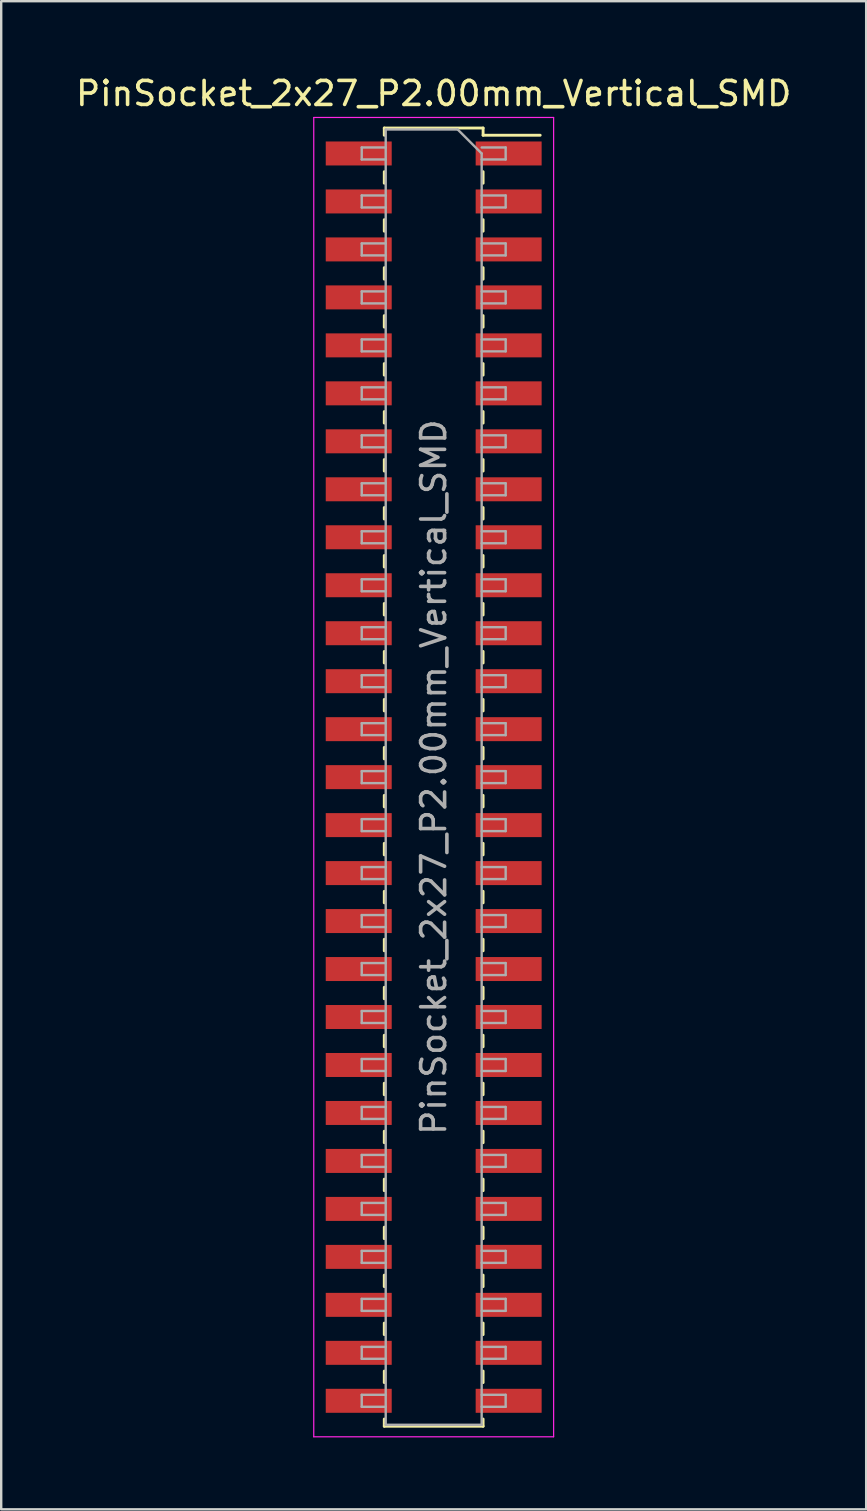
<source format=kicad_pcb>
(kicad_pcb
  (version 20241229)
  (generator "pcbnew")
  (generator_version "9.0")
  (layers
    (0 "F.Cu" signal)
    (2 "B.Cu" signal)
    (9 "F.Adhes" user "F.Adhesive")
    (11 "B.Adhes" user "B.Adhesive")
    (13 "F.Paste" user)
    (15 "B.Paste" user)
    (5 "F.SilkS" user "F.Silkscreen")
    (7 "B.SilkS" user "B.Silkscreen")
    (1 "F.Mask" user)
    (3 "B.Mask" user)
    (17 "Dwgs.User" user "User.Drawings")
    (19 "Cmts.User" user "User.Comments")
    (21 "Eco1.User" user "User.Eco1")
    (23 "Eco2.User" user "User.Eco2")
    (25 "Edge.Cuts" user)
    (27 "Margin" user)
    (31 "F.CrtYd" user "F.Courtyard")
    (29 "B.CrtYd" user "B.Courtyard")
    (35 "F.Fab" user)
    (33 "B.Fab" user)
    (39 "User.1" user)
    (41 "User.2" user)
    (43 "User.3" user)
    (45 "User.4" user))
  (footprint "PinSocket_2x27_P2.00mm_Vertical_SMD"
    (layer "F.Cu")
    (at 15.03 29.348)
    (property "Reference" "PinSocket_2x27_P2.00mm_Vertical_SMD" (at 0 -28.5 0) (layer "F.SilkS") (effects (font (size 1 1) (thickness 0.15))))
    (attr smd)
    (fp_line (start -2.06 -27.06) (end -2.06 -26.76) (stroke (width 0.12) (type solid)) (layer "F.SilkS"))
    (fp_line (start -2.06 -27.06) (end 2.06 -27.06) (stroke (width 0.12) (type solid)) (layer "F.SilkS"))
    (fp_line (start -2.06 -25.24) (end -2.06 -24.76) (stroke (width 0.12) (type solid)) (layer "F.SilkS"))
    (fp_line (start -2.06 -23.24) (end -2.06 -22.76) (stroke (width 0.12) (type solid)) (layer "F.SilkS"))
    (fp_line (start -2.06 -21.24) (end -2.06 -20.76) (stroke (width 0.12) (type solid)) (layer "F.SilkS"))
    (fp_line (start -2.06 -19.24) (end -2.06 -18.76) (stroke (width 0.12) (type solid)) (layer "F.SilkS"))
    (fp_line (start -2.06 -17.24) (end -2.06 -16.76) (stroke (width 0.12) (type solid)) (layer "F.SilkS"))
    (fp_line (start -2.06 -15.24) (end -2.06 -14.76) (stroke (width 0.12) (type solid)) (layer "F.SilkS"))
    (fp_line (start -2.06 -13.24) (end -2.06 -12.76) (stroke (width 0.12) (type solid)) (layer "F.SilkS"))
    (fp_line (start -2.06 -11.24) (end -2.06 -10.76) (stroke (width 0.12) (type solid)) (layer "F.SilkS"))
    (fp_line (start -2.06 -9.24) (end -2.06 -8.76) (stroke (width 0.12) (type solid)) (layer "F.SilkS"))
    (fp_line (start -2.06 -7.24) (end -2.06 -6.76) (stroke (width 0.12) (type solid)) (layer "F.SilkS"))
    (fp_line (start -2.06 -5.24) (end -2.06 -4.76) (stroke (width 0.12) (type solid)) (layer "F.SilkS"))
    (fp_line (start -2.06 -3.24) (end -2.06 -2.76) (stroke (width 0.12) (type solid)) (layer "F.SilkS"))
    (fp_line (start -2.06 -1.24) (end -2.06 -0.76) (stroke (width 0.12) (type solid)) (layer "F.SilkS"))
    (fp_line (start -2.06 0.76) (end -2.06 1.24) (stroke (width 0.12) (type solid)) (layer "F.SilkS"))
    (fp_line (start -2.06 2.76) (end -2.06 3.24) (stroke (width 0.12) (type solid)) (layer "F.SilkS"))
    (fp_line (start -2.06 4.76) (end -2.06 5.24) (stroke (width 0.12) (type solid)) (layer "F.SilkS"))
    (fp_line (start -2.06 6.76) (end -2.06 7.24) (stroke (width 0.12) (type solid)) (layer "F.SilkS"))
    (fp_line (start -2.06 8.76) (end -2.06 9.24) (stroke (width 0.12) (type solid)) (layer "F.SilkS"))
    (fp_line (start -2.06 10.76) (end -2.06 11.24) (stroke (width 0.12) (type solid)) (layer "F.SilkS"))
    (fp_line (start -2.06 12.76) (end -2.06 13.24) (stroke (width 0.12) (type solid)) (layer "F.SilkS"))
    (fp_line (start -2.06 14.76) (end -2.06 15.24) (stroke (width 0.12) (type solid)) (layer "F.SilkS"))
    (fp_line (start -2.06 16.76) (end -2.06 17.24) (stroke (width 0.12) (type solid)) (layer "F.SilkS"))
    (fp_line (start -2.06 18.76) (end -2.06 19.24) (stroke (width 0.12) (type solid)) (layer "F.SilkS"))
    (fp_line (start -2.06 20.76) (end -2.06 21.24) (stroke (width 0.12) (type solid)) (layer "F.SilkS"))
    (fp_line (start -2.06 22.76) (end -2.06 23.24) (stroke (width 0.12) (type solid)) (layer "F.SilkS"))
    (fp_line (start -2.06 24.76) (end -2.06 25.24) (stroke (width 0.12) (type solid)) (layer "F.SilkS"))
    (fp_line (start -2.06 26.76) (end -2.06 27.06) (stroke (width 0.12) (type solid)) (layer "F.SilkS"))
    (fp_line (start -2.06 27.06) (end 2.06 27.06) (stroke (width 0.12) (type solid)) (layer "F.SilkS"))
    (fp_line (start 2.06 -27.06) (end 2.06 -26.76) (stroke (width 0.12) (type solid)) (layer "F.SilkS"))
    (fp_line (start 2.06 -26.76) (end 4.44 -26.76) (stroke (width 0.12) (type solid)) (layer "F.SilkS"))
    (fp_line (start 2.06 -25.24) (end 2.06 -24.76) (stroke (width 0.12) (type solid)) (layer "F.SilkS"))
    (fp_line (start 2.06 -23.24) (end 2.06 -22.76) (stroke (width 0.12) (type solid)) (layer "F.SilkS"))
    (fp_line (start 2.06 -21.24) (end 2.06 -20.76) (stroke (width 0.12) (type solid)) (layer "F.SilkS"))
    (fp_line (start 2.06 -19.24) (end 2.06 -18.76) (stroke (width 0.12) (type solid)) (layer "F.SilkS"))
    (fp_line (start 2.06 -17.24) (end 2.06 -16.76) (stroke (width 0.12) (type solid)) (layer "F.SilkS"))
    (fp_line (start 2.06 -15.24) (end 2.06 -14.76) (stroke (width 0.12) (type solid)) (layer "F.SilkS"))
    (fp_line (start 2.06 -13.24) (end 2.06 -12.76) (stroke (width 0.12) (type solid)) (layer "F.SilkS"))
    (fp_line (start 2.06 -11.24) (end 2.06 -10.76) (stroke (width 0.12) (type solid)) (layer "F.SilkS"))
    (fp_line (start 2.06 -9.24) (end 2.06 -8.76) (stroke (width 0.12) (type solid)) (layer "F.SilkS"))
    (fp_line (start 2.06 -7.24) (end 2.06 -6.76) (stroke (width 0.12) (type solid)) (layer "F.SilkS"))
    (fp_line (start 2.06 -5.24) (end 2.06 -4.76) (stroke (width 0.12) (type solid)) (layer "F.SilkS"))
    (fp_line (start 2.06 -3.24) (end 2.06 -2.76) (stroke (width 0.12) (type solid)) (layer "F.SilkS"))
    (fp_line (start 2.06 -1.24) (end 2.06 -0.76) (stroke (width 0.12) (type solid)) (layer "F.SilkS"))
    (fp_line (start 2.06 0.76) (end 2.06 1.24) (stroke (width 0.12) (type solid)) (layer "F.SilkS"))
    (fp_line (start 2.06 2.76) (end 2.06 3.24) (stroke (width 0.12) (type solid)) (layer "F.SilkS"))
    (fp_line (start 2.06 4.76) (end 2.06 5.24) (stroke (width 0.12) (type solid)) (layer "F.SilkS"))
    (fp_line (start 2.06 6.76) (end 2.06 7.24) (stroke (width 0.12) (type solid)) (layer "F.SilkS"))
    (fp_line (start 2.06 8.76) (end 2.06 9.24) (stroke (width 0.12) (type solid)) (layer "F.SilkS"))
    (fp_line (start 2.06 10.76) (end 2.06 11.24) (stroke (width 0.12) (type solid)) (layer "F.SilkS"))
    (fp_line (start 2.06 12.76) (end 2.06 13.24) (stroke (width 0.12) (type solid)) (layer "F.SilkS"))
    (fp_line (start 2.06 14.76) (end 2.06 15.24) (stroke (width 0.12) (type solid)) (layer "F.SilkS"))
    (fp_line (start 2.06 16.76) (end 2.06 17.24) (stroke (width 0.12) (type solid)) (layer "F.SilkS"))
    (fp_line (start 2.06 18.76) (end 2.06 19.24) (stroke (width 0.12) (type solid)) (layer "F.SilkS"))
    (fp_line (start 2.06 20.76) (end 2.06 21.24) (stroke (width 0.12) (type solid)) (layer "F.SilkS"))
    (fp_line (start 2.06 22.76) (end 2.06 23.24) (stroke (width 0.12) (type solid)) (layer "F.SilkS"))
    (fp_line (start 2.06 24.76) (end 2.06 25.24) (stroke (width 0.12) (type solid)) (layer "F.SilkS"))
    (fp_line (start 2.06 26.76) (end 2.06 27.06) (stroke (width 0.12) (type solid)) (layer "F.SilkS"))
    (fp_line (start -5 -27.5) (end 5 -27.5) (stroke (width 0.05) (type solid)) (layer "F.CrtYd"))
    (fp_line (start -5 27.5) (end -5 -27.5) (stroke (width 0.05) (type solid)) (layer "F.CrtYd"))
    (fp_line (start 5 -27.5) (end 5 27.5) (stroke (width 0.05) (type solid)) (layer "F.CrtYd"))
    (fp_line (start 5 27.5) (end -5 27.5) (stroke (width 0.05) (type solid)) (layer "F.CrtYd"))
    (fp_line (start -3 -26.25) (end -2 -26.25) (stroke (width 0.1) (type solid)) (layer "F.Fab"))
    (fp_line (start -3 -25.75) (end -3 -26.25) (stroke (width 0.1) (type solid)) (layer "F.Fab"))
    (fp_line (start -3 -24.25) (end -2 -24.25) (stroke (width 0.1) (type solid)) (layer "F.Fab"))
    (fp_line (start -3 -23.75) (end -3 -24.25) (stroke (width 0.1) (type solid)) (layer "F.Fab"))
    (fp_line (start -3 -22.25) (end -2 -22.25) (stroke (width 0.1) (type solid)) (layer "F.Fab"))
    (fp_line (start -3 -21.75) (end -3 -22.25) (stroke (width 0.1) (type solid)) (layer "F.Fab"))
    (fp_line (start -3 -20.25) (end -2 -20.25) (stroke (width 0.1) (type solid)) (layer "F.Fab"))
    (fp_line (start -3 -19.75) (end -3 -20.25) (stroke (width 0.1) (type solid)) (layer "F.Fab"))
    (fp_line (start -3 -18.25) (end -2 -18.25) (stroke (width 0.1) (type solid)) (layer "F.Fab"))
    (fp_line (start -3 -17.75) (end -3 -18.25) (stroke (width 0.1) (type solid)) (layer "F.Fab"))
    (fp_line (start -3 -16.25) (end -2 -16.25) (stroke (width 0.1) (type solid)) (layer "F.Fab"))
    (fp_line (start -3 -15.75) (end -3 -16.25) (stroke (width 0.1) (type solid)) (layer "F.Fab"))
    (fp_line (start -3 -14.25) (end -2 -14.25) (stroke (width 0.1) (type solid)) (layer "F.Fab"))
    (fp_line (start -3 -13.75) (end -3 -14.25) (stroke (width 0.1) (type solid)) (layer "F.Fab"))
    (fp_line (start -3 -12.25) (end -2 -12.25) (stroke (width 0.1) (type solid)) (layer "F.Fab"))
    (fp_line (start -3 -11.75) (end -3 -12.25) (stroke (width 0.1) (type solid)) (layer "F.Fab"))
    (fp_line (start -3 -10.25) (end -2 -10.25) (stroke (width 0.1) (type solid)) (layer "F.Fab"))
    (fp_line (start -3 -9.75) (end -3 -10.25) (stroke (width 0.1) (type solid)) (layer "F.Fab"))
    (fp_line (start -3 -8.25) (end -2 -8.25) (stroke (width 0.1) (type solid)) (layer "F.Fab"))
    (fp_line (start -3 -7.75) (end -3 -8.25) (stroke (width 0.1) (type solid)) (layer "F.Fab"))
    (fp_line (start -3 -6.25) (end -2 -6.25) (stroke (width 0.1) (type solid)) (layer "F.Fab"))
    (fp_line (start -3 -5.75) (end -3 -6.25) (stroke (width 0.1) (type solid)) (layer "F.Fab"))
    (fp_line (start -3 -4.25) (end -2 -4.25) (stroke (width 0.1) (type solid)) (layer "F.Fab"))
    (fp_line (start -3 -3.75) (end -3 -4.25) (stroke (width 0.1) (type solid)) (layer "F.Fab"))
    (fp_line (start -3 -2.25) (end -2 -2.25) (stroke (width 0.1) (type solid)) (layer "F.Fab"))
    (fp_line (start -3 -1.75) (end -3 -2.25) (stroke (width 0.1) (type solid)) (layer "F.Fab"))
    (fp_line (start -3 -0.25) (end -2 -0.25) (stroke (width 0.1) (type solid)) (layer "F.Fab"))
    (fp_line (start -3 0.25) (end -3 -0.25) (stroke (width 0.1) (type solid)) (layer "F.Fab"))
    (fp_line (start -3 1.75) (end -2 1.75) (stroke (width 0.1) (type solid)) (layer "F.Fab"))
    (fp_line (start -3 2.25) (end -3 1.75) (stroke (width 0.1) (type solid)) (layer "F.Fab"))
    (fp_line (start -3 3.75) (end -2 3.75) (stroke (width 0.1) (type solid)) (layer "F.Fab"))
    (fp_line (start -3 4.25) (end -3 3.75) (stroke (width 0.1) (type solid)) (layer "F.Fab"))
    (fp_line (start -3 5.75) (end -2 5.75) (stroke (width 0.1) (type solid)) (layer "F.Fab"))
    (fp_line (start -3 6.25) (end -3 5.75) (stroke (width 0.1) (type solid)) (layer "F.Fab"))
    (fp_line (start -3 7.75) (end -2 7.75) (stroke (width 0.1) (type solid)) (layer "F.Fab"))
    (fp_line (start -3 8.25) (end -3 7.75) (stroke (width 0.1) (type solid)) (layer "F.Fab"))
    (fp_line (start -3 9.75) (end -2 9.75) (stroke (width 0.1) (type solid)) (layer "F.Fab"))
    (fp_line (start -3 10.25) (end -3 9.75) (stroke (width 0.1) (type solid)) (layer "F.Fab"))
    (fp_line (start -3 11.75) (end -2 11.75) (stroke (width 0.1) (type solid)) (layer "F.Fab"))
    (fp_line (start -3 12.25) (end -3 11.75) (stroke (width 0.1) (type solid)) (layer "F.Fab"))
    (fp_line (start -3 13.75) (end -2 13.75) (stroke (width 0.1) (type solid)) (layer "F.Fab"))
    (fp_line (start -3 14.25) (end -3 13.75) (stroke (width 0.1) (type solid)) (layer "F.Fab"))
    (fp_line (start -3 15.75) (end -2 15.75) (stroke (width 0.1) (type solid)) (layer "F.Fab"))
    (fp_line (start -3 16.25) (end -3 15.75) (stroke (width 0.1) (type solid)) (layer "F.Fab"))
    (fp_line (start -3 17.75) (end -2 17.75) (stroke (width 0.1) (type solid)) (layer "F.Fab"))
    (fp_line (start -3 18.25) (end -3 17.75) (stroke (width 0.1) (type solid)) (layer "F.Fab"))
    (fp_line (start -3 19.75) (end -2 19.75) (stroke (width 0.1) (type solid)) (layer "F.Fab"))
    (fp_line (start -3 20.25) (end -3 19.75) (stroke (width 0.1) (type solid)) (layer "F.Fab"))
    (fp_line (start -3 21.75) (end -2 21.75) (stroke (width 0.1) (type solid)) (layer "F.Fab"))
    (fp_line (start -3 22.25) (end -3 21.75) (stroke (width 0.1) (type solid)) (layer "F.Fab"))
    (fp_line (start -3 23.75) (end -2 23.75) (stroke (width 0.1) (type solid)) (layer "F.Fab"))
    (fp_line (start -3 24.25) (end -3 23.75) (stroke (width 0.1) (type solid)) (layer "F.Fab"))
    (fp_line (start -3 25.75) (end -2 25.75) (stroke (width 0.1) (type solid)) (layer "F.Fab"))
    (fp_line (start -3 26.25) (end -3 25.75) (stroke (width 0.1) (type solid)) (layer "F.Fab"))
    (fp_line (start -2 -27) (end 1 -27) (stroke (width 0.1) (type solid)) (layer "F.Fab"))
    (fp_line (start -2 -25.75) (end -3 -25.75) (stroke (width 0.1) (type solid)) (layer "F.Fab"))
    (fp_line (start -2 -23.75) (end -3 -23.75) (stroke (width 0.1) (type solid)) (layer "F.Fab"))
    (fp_line (start -2 -21.75) (end -3 -21.75) (stroke (width 0.1) (type solid)) (layer "F.Fab"))
    (fp_line (start -2 -19.75) (end -3 -19.75) (stroke (width 0.1) (type solid)) (layer "F.Fab"))
    (fp_line (start -2 -17.75) (end -3 -17.75) (stroke (width 0.1) (type solid)) (layer "F.Fab"))
    (fp_line (start -2 -15.75) (end -3 -15.75) (stroke (width 0.1) (type solid)) (layer "F.Fab"))
    (fp_line (start -2 -13.75) (end -3 -13.75) (stroke (width 0.1) (type solid)) (layer "F.Fab"))
    (fp_line (start -2 -11.75) (end -3 -11.75) (stroke (width 0.1) (type solid)) (layer "F.Fab"))
    (fp_line (start -2 -9.75) (end -3 -9.75) (stroke (width 0.1) (type solid)) (layer "F.Fab"))
    (fp_line (start -2 -7.75) (end -3 -7.75) (stroke (width 0.1) (type solid)) (layer "F.Fab"))
    (fp_line (start -2 -5.75) (end -3 -5.75) (stroke (width 0.1) (type solid)) (layer "F.Fab"))
    (fp_line (start -2 -3.75) (end -3 -3.75) (stroke (width 0.1) (type solid)) (layer "F.Fab"))
    (fp_line (start -2 -1.75) (end -3 -1.75) (stroke (width 0.1) (type solid)) (layer "F.Fab"))
    (fp_line (start -2 0.25) (end -3 0.25) (stroke (width 0.1) (type solid)) (layer "F.Fab"))
    (fp_line (start -2 2.25) (end -3 2.25) (stroke (width 0.1) (type solid)) (layer "F.Fab"))
    (fp_line (start -2 4.25) (end -3 4.25) (stroke (width 0.1) (type solid)) (layer "F.Fab"))
    (fp_line (start -2 6.25) (end -3 6.25) (stroke (width 0.1) (type solid)) (layer "F.Fab"))
    (fp_line (start -2 8.25) (end -3 8.25) (stroke (width 0.1) (type solid)) (layer "F.Fab"))
    (fp_line (start -2 10.25) (end -3 10.25) (stroke (width 0.1) (type solid)) (layer "F.Fab"))
    (fp_line (start -2 12.25) (end -3 12.25) (stroke (width 0.1) (type solid)) (layer "F.Fab"))
    (fp_line (start -2 14.25) (end -3 14.25) (stroke (width 0.1) (type solid)) (layer "F.Fab"))
    (fp_line (start -2 16.25) (end -3 16.25) (stroke (width 0.1) (type solid)) (layer "F.Fab"))
    (fp_line (start -2 18.25) (end -3 18.25) (stroke (width 0.1) (type solid)) (layer "F.Fab"))
    (fp_line (start -2 20.25) (end -3 20.25) (stroke (width 0.1) (type solid)) (layer "F.Fab"))
    (fp_line (start -2 22.25) (end -3 22.25) (stroke (width 0.1) (type solid)) (layer "F.Fab"))
    (fp_line (start -2 24.25) (end -3 24.25) (stroke (width 0.1) (type solid)) (layer "F.Fab"))
    (fp_line (start -2 26.25) (end -3 26.25) (stroke (width 0.1) (type solid)) (layer "F.Fab"))
    (fp_line (start -2 27) (end -2 -27) (stroke (width 0.1) (type solid)) (layer "F.Fab"))
    (fp_line (start 1 -27) (end 2 -26) (stroke (width 0.1) (type solid)) (layer "F.Fab"))
    (fp_line (start 2 -26.25) (end 3 -26.25) (stroke (width 0.1) (type solid)) (layer "F.Fab"))
    (fp_line (start 2 -26) (end 2 27) (stroke (width 0.1) (type solid)) (layer "F.Fab"))
    (fp_line (start 2 -24.25) (end 3 -24.25) (stroke (width 0.1) (type solid)) (layer "F.Fab"))
    (fp_line (start 2 -22.25) (end 3 -22.25) (stroke (width 0.1) (type solid)) (layer "F.Fab"))
    (fp_line (start 2 -20.25) (end 3 -20.25) (stroke (width 0.1) (type solid)) (layer "F.Fab"))
    (fp_line (start 2 -18.25) (end 3 -18.25) (stroke (width 0.1) (type solid)) (layer "F.Fab"))
    (fp_line (start 2 -16.25) (end 3 -16.25) (stroke (width 0.1) (type solid)) (layer "F.Fab"))
    (fp_line (start 2 -14.25) (end 3 -14.25) (stroke (width 0.1) (type solid)) (layer "F.Fab"))
    (fp_line (start 2 -12.25) (end 3 -12.25) (stroke (width 0.1) (type solid)) (layer "F.Fab"))
    (fp_line (start 2 -10.25) (end 3 -10.25) (stroke (width 0.1) (type solid)) (layer "F.Fab"))
    (fp_line (start 2 -8.25) (end 3 -8.25) (stroke (width 0.1) (type solid)) (layer "F.Fab"))
    (fp_line (start 2 -6.25) (end 3 -6.25) (stroke (width 0.1) (type solid)) (layer "F.Fab"))
    (fp_line (start 2 -4.25) (end 3 -4.25) (stroke (width 0.1) (type solid)) (layer "F.Fab"))
    (fp_line (start 2 -2.25) (end 3 -2.25) (stroke (width 0.1) (type solid)) (layer "F.Fab"))
    (fp_line (start 2 -0.25) (end 3 -0.25) (stroke (width 0.1) (type solid)) (layer "F.Fab"))
    (fp_line (start 2 1.75) (end 3 1.75) (stroke (width 0.1) (type solid)) (layer "F.Fab"))
    (fp_line (start 2 3.75) (end 3 3.75) (stroke (width 0.1) (type solid)) (layer "F.Fab"))
    (fp_line (start 2 5.75) (end 3 5.75) (stroke (width 0.1) (type solid)) (layer "F.Fab"))
    (fp_line (start 2 7.75) (end 3 7.75) (stroke (width 0.1) (type solid)) (layer "F.Fab"))
    (fp_line (start 2 9.75) (end 3 9.75) (stroke (width 0.1) (type solid)) (layer "F.Fab"))
    (fp_line (start 2 11.75) (end 3 11.75) (stroke (width 0.1) (type solid)) (layer "F.Fab"))
    (fp_line (start 2 13.75) (end 3 13.75) (stroke (width 0.1) (type solid)) (layer "F.Fab"))
    (fp_line (start 2 15.75) (end 3 15.75) (stroke (width 0.1) (type solid)) (layer "F.Fab"))
    (fp_line (start 2 17.75) (end 3 17.75) (stroke (width 0.1) (type solid)) (layer "F.Fab"))
    (fp_line (start 2 19.75) (end 3 19.75) (stroke (width 0.1) (type solid)) (layer "F.Fab"))
    (fp_line (start 2 21.75) (end 3 21.75) (stroke (width 0.1) (type solid)) (layer "F.Fab"))
    (fp_line (start 2 23.75) (end 3 23.75) (stroke (width 0.1) (type solid)) (layer "F.Fab"))
    (fp_line (start 2 25.75) (end 3 25.75) (stroke (width 0.1) (type solid)) (layer "F.Fab"))
    (fp_line (start 2 27) (end -2 27) (stroke (width 0.1) (type solid)) (layer "F.Fab"))
    (fp_line (start 3 -26.25) (end 3 -25.75) (stroke (width 0.1) (type solid)) (layer "F.Fab"))
    (fp_line (start 3 -25.75) (end 2 -25.75) (stroke (width 0.1) (type solid)) (layer "F.Fab"))
    (fp_line (start 3 -24.25) (end 3 -23.75) (stroke (width 0.1) (type solid)) (layer "F.Fab"))
    (fp_line (start 3 -23.75) (end 2 -23.75) (stroke (width 0.1) (type solid)) (layer "F.Fab"))
    (fp_line (start 3 -22.25) (end 3 -21.75) (stroke (width 0.1) (type solid)) (layer "F.Fab"))
    (fp_line (start 3 -21.75) (end 2 -21.75) (stroke (width 0.1) (type solid)) (layer "F.Fab"))
    (fp_line (start 3 -20.25) (end 3 -19.75) (stroke (width 0.1) (type solid)) (layer "F.Fab"))
    (fp_line (start 3 -19.75) (end 2 -19.75) (stroke (width 0.1) (type solid)) (layer "F.Fab"))
    (fp_line (start 3 -18.25) (end 3 -17.75) (stroke (width 0.1) (type solid)) (layer "F.Fab"))
    (fp_line (start 3 -17.75) (end 2 -17.75) (stroke (width 0.1) (type solid)) (layer "F.Fab"))
    (fp_line (start 3 -16.25) (end 3 -15.75) (stroke (width 0.1) (type solid)) (layer "F.Fab"))
    (fp_line (start 3 -15.75) (end 2 -15.75) (stroke (width 0.1) (type solid)) (layer "F.Fab"))
    (fp_line (start 3 -14.25) (end 3 -13.75) (stroke (width 0.1) (type solid)) (layer "F.Fab"))
    (fp_line (start 3 -13.75) (end 2 -13.75) (stroke (width 0.1) (type solid)) (layer "F.Fab"))
    (fp_line (start 3 -12.25) (end 3 -11.75) (stroke (width 0.1) (type solid)) (layer "F.Fab"))
    (fp_line (start 3 -11.75) (end 2 -11.75) (stroke (width 0.1) (type solid)) (layer "F.Fab"))
    (fp_line (start 3 -10.25) (end 3 -9.75) (stroke (width 0.1) (type solid)) (layer "F.Fab"))
    (fp_line (start 3 -9.75) (end 2 -9.75) (stroke (width 0.1) (type solid)) (layer "F.Fab"))
    (fp_line (start 3 -8.25) (end 3 -7.75) (stroke (width 0.1) (type solid)) (layer "F.Fab"))
    (fp_line (start 3 -7.75) (end 2 -7.75) (stroke (width 0.1) (type solid)) (layer "F.Fab"))
    (fp_line (start 3 -6.25) (end 3 -5.75) (stroke (width 0.1) (type solid)) (layer "F.Fab"))
    (fp_line (start 3 -5.75) (end 2 -5.75) (stroke (width 0.1) (type solid)) (layer "F.Fab"))
    (fp_line (start 3 -4.25) (end 3 -3.75) (stroke (width 0.1) (type solid)) (layer "F.Fab"))
    (fp_line (start 3 -3.75) (end 2 -3.75) (stroke (width 0.1) (type solid)) (layer "F.Fab"))
    (fp_line (start 3 -2.25) (end 3 -1.75) (stroke (width 0.1) (type solid)) (layer "F.Fab"))
    (fp_line (start 3 -1.75) (end 2 -1.75) (stroke (width 0.1) (type solid)) (layer "F.Fab"))
    (fp_line (start 3 -0.25) (end 3 0.25) (stroke (width 0.1) (type solid)) (layer "F.Fab"))
    (fp_line (start 3 0.25) (end 2 0.25) (stroke (width 0.1) (type solid)) (layer "F.Fab"))
    (fp_line (start 3 1.75) (end 3 2.25) (stroke (width 0.1) (type solid)) (layer "F.Fab"))
    (fp_line (start 3 2.25) (end 2 2.25) (stroke (width 0.1) (type solid)) (layer "F.Fab"))
    (fp_line (start 3 3.75) (end 3 4.25) (stroke (width 0.1) (type solid)) (layer "F.Fab"))
    (fp_line (start 3 4.25) (end 2 4.25) (stroke (width 0.1) (type solid)) (layer "F.Fab"))
    (fp_line (start 3 5.75) (end 3 6.25) (stroke (width 0.1) (type solid)) (layer "F.Fab"))
    (fp_line (start 3 6.25) (end 2 6.25) (stroke (width 0.1) (type solid)) (layer "F.Fab"))
    (fp_line (start 3 7.75) (end 3 8.25) (stroke (width 0.1) (type solid)) (layer "F.Fab"))
    (fp_line (start 3 8.25) (end 2 8.25) (stroke (width 0.1) (type solid)) (layer "F.Fab"))
    (fp_line (start 3 9.75) (end 3 10.25) (stroke (width 0.1) (type solid)) (layer "F.Fab"))
    (fp_line (start 3 10.25) (end 2 10.25) (stroke (width 0.1) (type solid)) (layer "F.Fab"))
    (fp_line (start 3 11.75) (end 3 12.25) (stroke (width 0.1) (type solid)) (layer "F.Fab"))
    (fp_line (start 3 12.25) (end 2 12.25) (stroke (width 0.1) (type solid)) (layer "F.Fab"))
    (fp_line (start 3 13.75) (end 3 14.25) (stroke (width 0.1) (type solid)) (layer "F.Fab"))
    (fp_line (start 3 14.25) (end 2 14.25) (stroke (width 0.1) (type solid)) (layer "F.Fab"))
    (fp_line (start 3 15.75) (end 3 16.25) (stroke (width 0.1) (type solid)) (layer "F.Fab"))
    (fp_line (start 3 16.25) (end 2 16.25) (stroke (width 0.1) (type solid)) (layer "F.Fab"))
    (fp_line (start 3 17.75) (end 3 18.25) (stroke (width 0.1) (type solid)) (layer "F.Fab"))
    (fp_line (start 3 18.25) (end 2 18.25) (stroke (width 0.1) (type solid)) (layer "F.Fab"))
    (fp_line (start 3 19.75) (end 3 20.25) (stroke (width 0.1) (type solid)) (layer "F.Fab"))
    (fp_line (start 3 20.25) (end 2 20.25) (stroke (width 0.1) (type solid)) (layer "F.Fab"))
    (fp_line (start 3 21.75) (end 3 22.25) (stroke (width 0.1) (type solid)) (layer "F.Fab"))
    (fp_line (start 3 22.25) (end 2 22.25) (stroke (width 0.1) (type solid)) (layer "F.Fab"))
    (fp_line (start 3 23.75) (end 3 24.25) (stroke (width 0.1) (type solid)) (layer "F.Fab"))
    (fp_line (start 3 24.25) (end 2 24.25) (stroke (width 0.1) (type solid)) (layer "F.Fab"))
    (fp_line (start 3 25.75) (end 3 26.25) (stroke (width 0.1) (type solid)) (layer "F.Fab"))
    (fp_line (start 3 26.25) (end 2 26.25) (stroke (width 0.1) (type solid)) (layer "F.Fab"))
    (fp_text user "${REFERENCE}" (at 0 0 90) (layer "F.Fab") (effects (font (size 1 1) (thickness 0.15))))
    (pad "1" smd rect (at 3.125 -26) (size 2.75 1) (layers "F.Cu" "F.Mask" "F.Paste"))
    (pad "2" smd rect (at -3.125 -26) (size 2.75 1) (layers "F.Cu" "F.Mask" "F.Paste"))
    (pad "3" smd rect (at 3.125 -24) (size 2.75 1) (layers "F.Cu" "F.Mask" "F.Paste"))
    (pad "4" smd rect (at -3.125 -24) (size 2.75 1) (layers "F.Cu" "F.Mask" "F.Paste"))
    (pad "5" smd rect (at 3.125 -22) (size 2.75 1) (layers "F.Cu" "F.Mask" "F.Paste"))
    (pad "6" smd rect (at -3.125 -22) (size 2.75 1) (layers "F.Cu" "F.Mask" "F.Paste"))
    (pad "7" smd rect (at 3.125 -20) (size 2.75 1) (layers "F.Cu" "F.Mask" "F.Paste"))
    (pad "8" smd rect (at -3.125 -20) (size 2.75 1) (layers "F.Cu" "F.Mask" "F.Paste"))
    (pad "9" smd rect (at 3.125 -18) (size 2.75 1) (layers "F.Cu" "F.Mask" "F.Paste"))
    (pad "10" smd rect (at -3.125 -18) (size 2.75 1) (layers "F.Cu" "F.Mask" "F.Paste"))
    (pad "11" smd rect (at 3.125 -16) (size 2.75 1) (layers "F.Cu" "F.Mask" "F.Paste"))
    (pad "12" smd rect (at -3.125 -16) (size 2.75 1) (layers "F.Cu" "F.Mask" "F.Paste"))
    (pad "13" smd rect (at 3.125 -14) (size 2.75 1) (layers "F.Cu" "F.Mask" "F.Paste"))
    (pad "14" smd rect (at -3.125 -14) (size 2.75 1) (layers "F.Cu" "F.Mask" "F.Paste"))
    (pad "15" smd rect (at 3.125 -12) (size 2.75 1) (layers "F.Cu" "F.Mask" "F.Paste"))
    (pad "16" smd rect (at -3.125 -12) (size 2.75 1) (layers "F.Cu" "F.Mask" "F.Paste"))
    (pad "17" smd rect (at 3.125 -10) (size 2.75 1) (layers "F.Cu" "F.Mask" "F.Paste"))
    (pad "18" smd rect (at -3.125 -10) (size 2.75 1) (layers "F.Cu" "F.Mask" "F.Paste"))
    (pad "19" smd rect (at 3.125 -8) (size 2.75 1) (layers "F.Cu" "F.Mask" "F.Paste"))
    (pad "20" smd rect (at -3.125 -8) (size 2.75 1) (layers "F.Cu" "F.Mask" "F.Paste"))
    (pad "21" smd rect (at 3.125 -6) (size 2.75 1) (layers "F.Cu" "F.Mask" "F.Paste"))
    (pad "22" smd rect (at -3.125 -6) (size 2.75 1) (layers "F.Cu" "F.Mask" "F.Paste"))
    (pad "23" smd rect (at 3.125 -4) (size 2.75 1) (layers "F.Cu" "F.Mask" "F.Paste"))
    (pad "24" smd rect (at -3.125 -4) (size 2.75 1) (layers "F.Cu" "F.Mask" "F.Paste"))
    (pad "25" smd rect (at 3.125 -2) (size 2.75 1) (layers "F.Cu" "F.Mask" "F.Paste"))
    (pad "26" smd rect (at -3.125 -2) (size 2.75 1) (layers "F.Cu" "F.Mask" "F.Paste"))
    (pad "27" smd rect (at 3.125 0) (size 2.75 1) (layers "F.Cu" "F.Mask" "F.Paste"))
    (pad "28" smd rect (at -3.125 0) (size 2.75 1) (layers "F.Cu" "F.Mask" "F.Paste"))
    (pad "29" smd rect (at 3.125 2) (size 2.75 1) (layers "F.Cu" "F.Mask" "F.Paste"))
    (pad "30" smd rect (at -3.125 2) (size 2.75 1) (layers "F.Cu" "F.Mask" "F.Paste"))
    (pad "31" smd rect (at 3.125 4) (size 2.75 1) (layers "F.Cu" "F.Mask" "F.Paste"))
    (pad "32" smd rect (at -3.125 4) (size 2.75 1) (layers "F.Cu" "F.Mask" "F.Paste"))
    (pad "33" smd rect (at 3.125 6) (size 2.75 1) (layers "F.Cu" "F.Mask" "F.Paste"))
    (pad "34" smd rect (at -3.125 6) (size 2.75 1) (layers "F.Cu" "F.Mask" "F.Paste"))
    (pad "35" smd rect (at 3.125 8) (size 2.75 1) (layers "F.Cu" "F.Mask" "F.Paste"))
    (pad "36" smd rect (at -3.125 8) (size 2.75 1) (layers "F.Cu" "F.Mask" "F.Paste"))
    (pad "37" smd rect (at 3.125 10) (size 2.75 1) (layers "F.Cu" "F.Mask" "F.Paste"))
    (pad "38" smd rect (at -3.125 10) (size 2.75 1) (layers "F.Cu" "F.Mask" "F.Paste"))
    (pad "39" smd rect (at 3.125 12) (size 2.75 1) (layers "F.Cu" "F.Mask" "F.Paste"))
    (pad "40" smd rect (at -3.125 12) (size 2.75 1) (layers "F.Cu" "F.Mask" "F.Paste"))
    (pad "41" smd rect (at 3.125 14) (size 2.75 1) (layers "F.Cu" "F.Mask" "F.Paste"))
    (pad "42" smd rect (at -3.125 14) (size 2.75 1) (layers "F.Cu" "F.Mask" "F.Paste"))
    (pad "43" smd rect (at 3.125 16) (size 2.75 1) (layers "F.Cu" "F.Mask" "F.Paste"))
    (pad "44" smd rect (at -3.125 16) (size 2.75 1) (layers "F.Cu" "F.Mask" "F.Paste"))
    (pad "45" smd rect (at 3.125 18) (size 2.75 1) (layers "F.Cu" "F.Mask" "F.Paste"))
    (pad "46" smd rect (at -3.125 18) (size 2.75 1) (layers "F.Cu" "F.Mask" "F.Paste"))
    (pad "47" smd rect (at 3.125 20) (size 2.75 1) (layers "F.Cu" "F.Mask" "F.Paste"))
    (pad "48" smd rect (at -3.125 20) (size 2.75 1) (layers "F.Cu" "F.Mask" "F.Paste"))
    (pad "49" smd rect (at 3.125 22) (size 2.75 1) (layers "F.Cu" "F.Mask" "F.Paste"))
    (pad "50" smd rect (at -3.125 22) (size 2.75 1) (layers "F.Cu" "F.Mask" "F.Paste"))
    (pad "51" smd rect (at 3.125 24) (size 2.75 1) (layers "F.Cu" "F.Mask" "F.Paste"))
    (pad "52" smd rect (at -3.125 24) (size 2.75 1) (layers "F.Cu" "F.Mask" "F.Paste"))
    (pad "53" smd rect (at 3.125 26) (size 2.75 1) (layers "F.Cu" "F.Mask" "F.Paste"))
    (pad "54" smd rect (at -3.125 26) (size 2.75 1) (layers "F.Cu" "F.Mask" "F.Paste")))
  (gr_rect
    (start -3 -3)
    (end 33.06 59.873)
    (stroke (width 0.1) (type default))
    (fill no)
    (layer "Edge.Cuts")))
</source>
